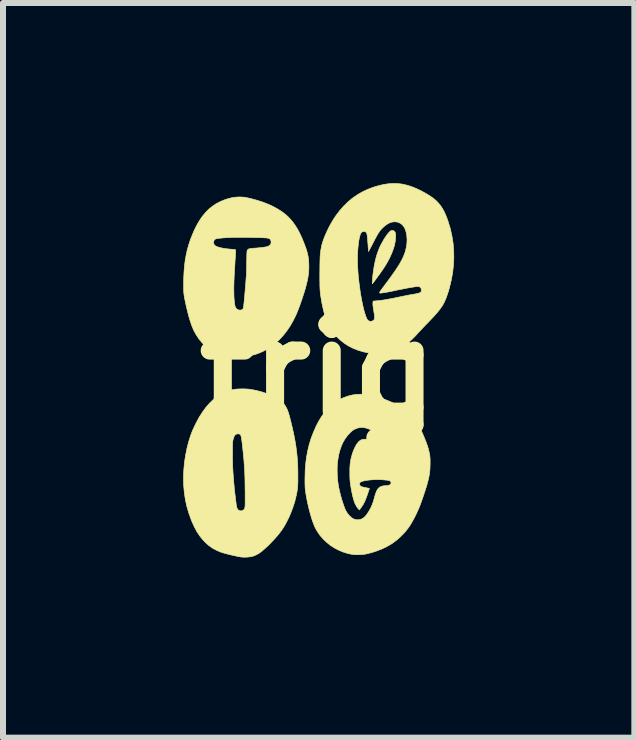
<source format=kicad_pcb>
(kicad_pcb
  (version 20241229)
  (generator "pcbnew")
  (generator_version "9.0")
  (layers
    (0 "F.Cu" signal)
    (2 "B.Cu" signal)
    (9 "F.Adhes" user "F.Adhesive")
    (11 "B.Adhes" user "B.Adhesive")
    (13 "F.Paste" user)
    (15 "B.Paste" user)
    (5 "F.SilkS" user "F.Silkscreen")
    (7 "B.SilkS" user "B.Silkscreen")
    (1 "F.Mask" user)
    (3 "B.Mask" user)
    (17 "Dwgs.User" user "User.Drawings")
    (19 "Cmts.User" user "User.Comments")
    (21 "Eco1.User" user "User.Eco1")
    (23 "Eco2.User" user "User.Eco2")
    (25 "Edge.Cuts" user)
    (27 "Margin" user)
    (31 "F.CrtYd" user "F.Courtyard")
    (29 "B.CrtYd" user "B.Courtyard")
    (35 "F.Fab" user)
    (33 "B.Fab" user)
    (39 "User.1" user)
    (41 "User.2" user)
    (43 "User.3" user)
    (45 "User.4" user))
  (footprint "trig"
    (layer "F.Cu")
    (at 2.257 3.115)
    (property "Reference" "trig" (at 0 0 0) (layer "F.SilkS") (effects (font (size 1.524 1.524) (thickness 0.3))))
    (attr through_hole)
    (fp_poly (pts (xy 1.241 -2.325) (xy 1.259 -2.316) (xy 1.264 -2.31) (xy 1.272 -2.299) (xy 1.278 -2.285) (xy 1.281 -2.267) (xy 1.282 -2.244) (xy 1.282 -2.215) (xy 1.281 -2.2) (xy 1.277 -2.157) (xy 1.27 -2.117) (xy 1.261 -2.075) (xy 1.248 -2.032) (xy 1.231 -1.984) (xy 1.22 -1.955) (xy 1.197 -1.903) (xy 1.173 -1.852) (xy 1.145 -1.8) (xy 1.114 -1.747) (xy 1.077 -1.69) (xy 1.06 -1.664) (xy 1.047 -1.647) (xy 1.032 -1.625) (xy 1.015 -1.601) (xy 0.996 -1.575) (xy 0.977 -1.549) (xy 0.958 -1.523) (xy 0.941 -1.499) (xy 0.925 -1.477) (xy 0.911 -1.46) (xy 0.901 -1.447) (xy 0.896 -1.44) (xy 0.894 -1.44) (xy 0.893 -1.446) (xy 0.893 -1.458) (xy 0.894 -1.477) (xy 0.894 -1.483) (xy 0.902 -1.578) (xy 0.914 -1.67) (xy 0.929 -1.758) (xy 0.947 -1.841) (xy 0.968 -1.919) (xy 0.993 -1.99) (xy 1.006 -2.023) (xy 1.024 -2.064) (xy 1.045 -2.104) (xy 1.067 -2.144) (xy 1.089 -2.183) (xy 1.112 -2.218) (xy 1.134 -2.25) (xy 1.156 -2.278) (xy 1.176 -2.3) (xy 1.193 -2.316) (xy 1.204 -2.323) (xy 1.222 -2.328) (xy 1.241 -2.325)) (stroke (width 0.01) (type solid)) (fill yes) (layer "F.SilkS"))
    (fp_poly (pts (xy -1.226 0.312) (xy -1.188 0.314) (xy -1.153 0.317) (xy -1.137 0.319) (xy -1.037 0.338) (xy -0.939 0.364) (xy -0.841 0.398) (xy -0.744 0.441) (xy -0.726 0.45) (xy -0.673 0.479) (xy -0.628 0.513) (xy -0.589 0.55) (xy -0.557 0.591) (xy -0.531 0.638) (xy -0.52 0.663) (xy -0.51 0.69) (xy -0.499 0.723) (xy -0.488 0.762) (xy -0.476 0.807) (xy -0.463 0.856) (xy -0.451 0.908) (xy -0.438 0.962) (xy -0.426 1.017) (xy -0.414 1.071) (xy -0.403 1.125) (xy -0.394 1.176) (xy -0.386 1.224) (xy -0.383 1.239) (xy -0.373 1.309) (xy -0.365 1.377) (xy -0.358 1.444) (xy -0.353 1.512) (xy -0.349 1.583) (xy -0.347 1.659) (xy -0.346 1.741) (xy -0.346 1.759) (xy -0.346 1.809) (xy -0.346 1.852) (xy -0.347 1.89) (xy -0.349 1.924) (xy -0.351 1.955) (xy -0.355 1.985) (xy -0.359 2.015) (xy -0.365 2.047) (xy -0.372 2.082) (xy -0.377 2.102) (xy -0.398 2.189) (xy -0.426 2.276) (xy -0.458 2.363) (xy -0.494 2.448) (xy -0.534 2.528) (xy -0.576 2.604) (xy -0.613 2.661) (xy -0.649 2.709) (xy -0.69 2.76) (xy -0.736 2.812) (xy -0.786 2.865) (xy -0.837 2.917) (xy -0.89 2.966) (xy -0.942 3.011) (xy -0.959 3.025) (xy -0.991 3.048) (xy -1.027 3.069) (xy -1.065 3.087) (xy -1.101 3.1) (xy -1.113 3.103) (xy -1.134 3.107) (xy -1.161 3.11) (xy -1.191 3.113) (xy -1.222 3.114) (xy -1.25 3.114) (xy -1.273 3.113) (xy -1.276 3.113) (xy -1.301 3.11) (xy -1.332 3.104) (xy -1.369 3.097) (xy -1.408 3.088) (xy -1.45 3.079) (xy -1.491 3.069) (xy -1.531 3.059) (xy -1.568 3.049) (xy -1.601 3.039) (xy -1.627 3.031) (xy -1.632 3.029) (xy -1.701 3) (xy -1.766 2.965) (xy -1.826 2.923) (xy -1.883 2.874) (xy -1.935 2.818) (xy -1.984 2.756) (xy -2.03 2.686) (xy -2.071 2.608) (xy -2.11 2.523) (xy -2.122 2.493) (xy -2.162 2.382) (xy -2.195 2.27) (xy -2.22 2.157) (xy -2.237 2.042) (xy -2.248 1.923) (xy -2.251 1.856) (xy -2.251 1.747) (xy -2.244 1.635) (xy -2.233 1.522) (xy -2.215 1.41) (xy -2.21 1.385) (xy -1.435 1.385) (xy -1.435 1.426) (xy -1.435 1.467) (xy -1.434 1.507) (xy -1.433 1.544) (xy -1.433 1.578) (xy -1.432 1.608) (xy -1.431 1.623) (xy -1.427 1.695) (xy -1.422 1.763) (xy -1.417 1.83) (xy -1.411 1.897) (xy -1.405 1.966) (xy -1.397 2.04) (xy -1.387 2.12) (xy -1.387 2.127) (xy -1.382 2.168) (xy -1.377 2.201) (xy -1.374 2.228) (xy -1.371 2.249) (xy -1.368 2.265) (xy -1.365 2.278) (xy -1.362 2.289) (xy -1.359 2.297) (xy -1.356 2.305) (xy -1.355 2.307) (xy -1.341 2.326) (xy -1.323 2.337) (xy -1.301 2.343) (xy -1.278 2.341) (xy -1.261 2.334) (xy -1.25 2.327) (xy -1.241 2.316) (xy -1.241 2.316) (xy -1.237 2.311) (xy -1.234 2.305) (xy -1.231 2.297) (xy -1.229 2.288) (xy -1.227 2.277) (xy -1.226 2.263) (xy -1.225 2.245) (xy -1.224 2.222) (xy -1.224 2.195) (xy -1.224 2.162) (xy -1.224 2.122) (xy -1.224 2.076) (xy -1.224 2.022) (xy -1.225 2.002) (xy -1.226 1.917) (xy -1.227 1.838) (xy -1.229 1.765) (xy -1.232 1.695) (xy -1.236 1.628) (xy -1.24 1.562) (xy -1.245 1.494) (xy -1.252 1.424) (xy -1.259 1.35) (xy -1.268 1.271) (xy -1.274 1.215) (xy -1.279 1.176) (xy -1.284 1.144) (xy -1.288 1.119) (xy -1.292 1.1) (xy -1.297 1.086) (xy -1.303 1.075) (xy -1.31 1.069) (xy -1.319 1.064) (xy -1.33 1.061) (xy -1.337 1.06) (xy -1.357 1.061) (xy -1.376 1.068) (xy -1.393 1.081) (xy -1.4 1.089) (xy -1.408 1.105) (xy -1.416 1.127) (xy -1.424 1.152) (xy -1.43 1.178) (xy -1.431 1.185) (xy -1.432 1.197) (xy -1.433 1.216) (xy -1.434 1.242) (xy -1.434 1.273) (xy -1.435 1.307) (xy -1.435 1.345) (xy -1.435 1.385) (xy -2.21 1.385) (xy -2.193 1.299) (xy -2.165 1.192) (xy -2.133 1.09) (xy -2.11 1.029) (xy -2.1 1.004) (xy -2.087 0.975) (xy -2.071 0.941) (xy -2.054 0.905) (xy -2.036 0.87) (xy -2.018 0.836) (xy -2.002 0.805) (xy -1.988 0.78) (xy -1.983 0.773) (xy -1.931 0.692) (xy -1.878 0.62) (xy -1.823 0.556) (xy -1.766 0.5) (xy -1.707 0.451) (xy -1.646 0.41) (xy -1.582 0.375) (xy -1.515 0.348) (xy -1.445 0.328) (xy -1.403 0.319) (xy -1.377 0.316) (xy -1.343 0.313) (xy -1.306 0.312) (xy -1.266 0.311) (xy -1.226 0.312)) (stroke (width 0.01) (type solid)) (fill yes) (layer "F.SilkS"))
    (fp_poly (pts (xy -1.293 -2.884) (xy -1.271 -2.883) (xy -1.249 -2.882) (xy -1.227 -2.879) (xy -1.202 -2.874) (xy -1.173 -2.868) (xy -1.138 -2.86) (xy -1.126 -2.857) (xy -1.023 -2.829) (xy -0.927 -2.798) (xy -0.838 -2.763) (xy -0.754 -2.724) (xy -0.677 -2.681) (xy -0.614 -2.641) (xy -0.561 -2.601) (xy -0.512 -2.558) (xy -0.467 -2.511) (xy -0.425 -2.46) (xy -0.385 -2.403) (xy -0.347 -2.341) (xy -0.311 -2.271) (xy -0.276 -2.195) (xy -0.257 -2.148) (xy -0.234 -2.09) (xy -0.214 -2.037) (xy -0.199 -1.989) (xy -0.186 -1.944) (xy -0.177 -1.901) (xy -0.17 -1.859) (xy -0.166 -1.816) (xy -0.164 -1.77) (xy -0.163 -1.731) (xy -0.164 -1.689) (xy -0.165 -1.651) (xy -0.168 -1.616) (xy -0.173 -1.58) (xy -0.179 -1.542) (xy -0.186 -1.503) (xy -0.196 -1.461) (xy -0.208 -1.413) (xy -0.222 -1.36) (xy -0.239 -1.304) (xy -0.258 -1.245) (xy -0.277 -1.185) (xy -0.298 -1.126) (xy -0.318 -1.068) (xy -0.339 -1.014) (xy -0.359 -0.964) (xy -0.374 -0.927) (xy -0.422 -0.829) (xy -0.474 -0.737) (xy -0.532 -0.652) (xy -0.594 -0.574) (xy -0.66 -0.503) (xy -0.732 -0.439) (xy -0.807 -0.382) (xy -0.824 -0.371) (xy -0.897 -0.328) (xy -0.974 -0.292) (xy -1.055 -0.262) (xy -1.138 -0.24) (xy -1.189 -0.23) (xy -1.205 -0.228) (xy -1.227 -0.227) (xy -1.255 -0.225) (xy -1.286 -0.224) (xy -1.318 -0.223) (xy -1.351 -0.222) (xy -1.382 -0.221) (xy -1.41 -0.221) (xy -1.433 -0.222) (xy -1.449 -0.223) (xy -1.45 -0.223) (xy -1.534 -0.235) (xy -1.614 -0.254) (xy -1.689 -0.281) (xy -1.759 -0.314) (xy -1.824 -0.354) (xy -1.884 -0.401) (xy -1.94 -0.455) (xy -1.991 -0.516) (xy -2.037 -0.585) (xy -2.077 -0.656) (xy -2.098 -0.704) (xy -2.12 -0.76) (xy -2.141 -0.824) (xy -2.163 -0.897) (xy -2.184 -0.978) (xy -2.205 -1.067) (xy -2.218 -1.124) (xy -2.226 -1.166) (xy -2.234 -1.202) (xy -2.239 -1.233) (xy -2.243 -1.262) (xy -2.246 -1.29) (xy -2.248 -1.318) (xy -2.249 -1.35) (xy -2.249 -1.385) (xy -2.249 -1.428) (xy -2.249 -1.433) (xy -2.247 -1.543) (xy -2.242 -1.646) (xy -2.234 -1.743) (xy -2.222 -1.835) (xy -2.206 -1.923) (xy -2.187 -2.009) (xy -2.163 -2.092) (xy -2.148 -2.137) (xy -1.75 -2.137) (xy -1.749 -2.116) (xy -1.743 -2.097) (xy -1.733 -2.082) (xy -1.715 -2.068) (xy -1.689 -2.056) (xy -1.655 -2.045) (xy -1.613 -2.035) (xy -1.563 -2.026) (xy -1.505 -2.019) (xy -1.438 -2.013) (xy -1.43 -2.013) (xy -1.412 -2.011) (xy -1.397 -2.009) (xy -1.387 -2.008) (xy -1.385 -2.007) (xy -1.384 -2.003) (xy -1.383 -1.992) (xy -1.384 -1.975) (xy -1.384 -1.95) (xy -1.386 -1.918) (xy -1.388 -1.878) (xy -1.391 -1.843) (xy -1.395 -1.769) (xy -1.399 -1.702) (xy -1.403 -1.641) (xy -1.406 -1.587) (xy -1.408 -1.539) (xy -1.41 -1.495) (xy -1.411 -1.456) (xy -1.412 -1.419) (xy -1.413 -1.386) (xy -1.413 -1.354) (xy -1.413 -1.323) (xy -1.412 -1.292) (xy -1.412 -1.291) (xy -1.411 -1.233) (xy -1.408 -1.182) (xy -1.404 -1.139) (xy -1.4 -1.103) (xy -1.394 -1.074) (xy -1.391 -1.061) (xy -1.38 -1.038) (xy -1.363 -1.019) (xy -1.341 -1.006) (xy -1.339 -1.005) (xy -1.321 -1.001) (xy -1.3 -1.001) (xy -1.282 -1.005) (xy -1.271 -1.01) (xy -1.262 -1.02) (xy -1.255 -1.033) (xy -1.254 -1.035) (xy -1.252 -1.046) (xy -1.25 -1.064) (xy -1.247 -1.09) (xy -1.243 -1.123) (xy -1.239 -1.163) (xy -1.235 -1.209) (xy -1.23 -1.262) (xy -1.225 -1.32) (xy -1.22 -1.383) (xy -1.214 -1.451) (xy -1.209 -1.524) (xy -1.204 -1.581) (xy -1.203 -1.594) (xy -1.203 -1.613) (xy -1.202 -1.64) (xy -1.201 -1.671) (xy -1.2 -1.706) (xy -1.2 -1.744) (xy -1.199 -1.784) (xy -1.199 -1.801) (xy -1.198 -1.846) (xy -1.197 -1.883) (xy -1.197 -1.913) (xy -1.196 -1.936) (xy -1.195 -1.955) (xy -1.194 -1.969) (xy -1.193 -1.98) (xy -1.192 -1.987) (xy -1.19 -1.993) (xy -1.188 -1.997) (xy -1.188 -1.997) (xy -1.182 -2.007) (xy -1.173 -2.014) (xy -1.162 -2.02) (xy -1.146 -2.024) (xy -1.124 -2.027) (xy -1.096 -2.03) (xy -1.073 -2.032) (xy -1.037 -2.034) (xy -1 -2.038) (xy -0.964 -2.041) (xy -0.93 -2.046) (xy -0.9 -2.05) (xy -0.874 -2.054) (xy -0.855 -2.059) (xy -0.852 -2.06) (xy -0.827 -2.071) (xy -0.808 -2.086) (xy -0.796 -2.107) (xy -0.792 -2.131) (xy -0.792 -2.134) (xy -0.794 -2.152) (xy -0.802 -2.17) (xy -0.813 -2.185) (xy -0.821 -2.191) (xy -0.827 -2.193) (xy -0.834 -2.196) (xy -0.843 -2.198) (xy -0.854 -2.2) (xy -0.867 -2.202) (xy -0.885 -2.203) (xy -0.906 -2.204) (xy -0.933 -2.206) (xy -0.965 -2.207) (xy -1.004 -2.208) (xy -1.049 -2.209) (xy -1.102 -2.21) (xy -1.111 -2.21) (xy -1.187 -2.212) (xy -1.254 -2.212) (xy -1.316 -2.213) (xy -1.372 -2.212) (xy -1.423 -2.212) (xy -1.472 -2.21) (xy -1.517 -2.208) (xy -1.561 -2.205) (xy -1.605 -2.202) (xy -1.631 -2.199) (xy -1.662 -2.196) (xy -1.685 -2.193) (xy -1.703 -2.189) (xy -1.716 -2.185) (xy -1.726 -2.179) (xy -1.734 -2.172) (xy -1.745 -2.157) (xy -1.75 -2.137) (xy -2.148 -2.137) (xy -2.136 -2.175) (xy -2.103 -2.257) (xy -2.068 -2.339) (xy -2.026 -2.422) (xy -1.981 -2.498) (xy -1.934 -2.566) (xy -1.883 -2.627) (xy -1.829 -2.682) (xy -1.771 -2.729) (xy -1.709 -2.771) (xy -1.642 -2.806) (xy -1.57 -2.836) (xy -1.565 -2.838) (xy -1.5 -2.859) (xy -1.437 -2.874) (xy -1.376 -2.882) (xy -1.319 -2.885) (xy -1.293 -2.884)) (stroke (width 0.01) (type solid)) (fill yes) (layer "F.SilkS"))
    (fp_poly (pts (xy 1.313 -3.108) (xy 1.386 -3.1) (xy 1.459 -3.084) (xy 1.53 -3.063) (xy 1.584 -3.043) (xy 1.642 -3.018) (xy 1.703 -2.989) (xy 1.763 -2.956) (xy 1.822 -2.922) (xy 1.867 -2.893) (xy 1.914 -2.859) (xy 1.957 -2.823) (xy 1.995 -2.783) (xy 2.03 -2.74) (xy 2.062 -2.692) (xy 2.091 -2.639) (xy 2.118 -2.579) (xy 2.144 -2.512) (xy 2.158 -2.47) (xy 2.194 -2.351) (xy 2.22 -2.232) (xy 2.239 -2.112) (xy 2.249 -1.992) (xy 2.251 -1.87) (xy 2.245 -1.747) (xy 2.231 -1.623) (xy 2.208 -1.498) (xy 2.177 -1.371) (xy 2.161 -1.314) (xy 2.145 -1.266) (xy 2.13 -1.222) (xy 2.114 -1.181) (xy 2.097 -1.142) (xy 2.078 -1.105) (xy 2.057 -1.069) (xy 2.032 -1.034) (xy 2.005 -0.997) (xy 1.973 -0.958) (xy 1.937 -0.917) (xy 1.896 -0.872) (xy 1.849 -0.823) (xy 1.829 -0.802) (xy 1.801 -0.773) (xy 1.769 -0.741) (xy 1.737 -0.707) (xy 1.706 -0.673) (xy 1.677 -0.642) (xy 1.658 -0.622) (xy 1.602 -0.561) (xy 1.548 -0.508) (xy 1.496 -0.461) (xy 1.446 -0.42) (xy 1.396 -0.385) (xy 1.345 -0.354) (xy 1.294 -0.327) (xy 1.241 -0.305) (xy 1.237 -0.303) (xy 1.205 -0.291) (xy 1.173 -0.283) (xy 1.141 -0.277) (xy 1.106 -0.273) (xy 1.067 -0.272) (xy 1.034 -0.272) (xy 1.008 -0.272) (xy 0.983 -0.272) (xy 0.961 -0.273) (xy 0.945 -0.273) (xy 0.936 -0.274) (xy 0.907 -0.277) (xy 0.872 -0.281) (xy 0.836 -0.287) (xy 0.799 -0.294) (xy 0.765 -0.301) (xy 0.74 -0.307) (xy 0.652 -0.333) (xy 0.57 -0.366) (xy 0.494 -0.405) (xy 0.423 -0.451) (xy 0.358 -0.503) (xy 0.298 -0.56) (xy 0.26 -0.605) (xy 0.223 -0.654) (xy 0.191 -0.706) (xy 0.161 -0.762) (xy 0.135 -0.822) (xy 0.111 -0.888) (xy 0.09 -0.959) (xy 0.071 -1.037) (xy 0.053 -1.123) (xy 0.047 -1.161) (xy 0.041 -1.195) (xy 0.036 -1.225) (xy 0.032 -1.252) (xy 0.029 -1.278) (xy 0.026 -1.304) (xy 0.024 -1.33) (xy 0.022 -1.357) (xy 0.021 -1.387) (xy 0.02 -1.42) (xy 0.02 -1.458) (xy 0.019 -1.502) (xy 0.019 -1.552) (xy 0.019 -1.607) (xy 0.02 -1.672) (xy 0.02 -1.73) (xy 0.021 -1.781) (xy 0.022 -1.825) (xy 0.646 -1.825) (xy 0.647 -1.765) (xy 0.648 -1.744) (xy 0.652 -1.674) (xy 0.657 -1.6) (xy 0.664 -1.526) (xy 0.673 -1.45) (xy 0.683 -1.375) (xy 0.693 -1.301) (xy 0.705 -1.229) (xy 0.718 -1.16) (xy 0.731 -1.095) (xy 0.745 -1.034) (xy 0.759 -0.979) (xy 0.774 -0.931) (xy 0.788 -0.89) (xy 0.79 -0.885) (xy 0.799 -0.863) (xy 0.808 -0.847) (xy 0.816 -0.836) (xy 0.826 -0.827) (xy 0.834 -0.822) (xy 0.851 -0.814) (xy 0.87 -0.813) (xy 0.889 -0.818) (xy 0.904 -0.824) (xy 0.916 -0.832) (xy 0.924 -0.844) (xy 0.929 -0.861) (xy 0.931 -0.882) (xy 0.929 -0.909) (xy 0.925 -0.942) (xy 0.919 -0.976) (xy 0.913 -1.016) (xy 0.908 -1.049) (xy 0.904 -1.076) (xy 0.903 -1.098) (xy 0.903 -1.116) (xy 0.904 -1.13) (xy 0.907 -1.151) (xy 0.939 -1.153) (xy 0.981 -1.157) (xy 1.021 -1.161) (xy 1.061 -1.166) (xy 1.102 -1.172) (xy 1.146 -1.18) (xy 1.194 -1.189) (xy 1.249 -1.199) (xy 1.285 -1.207) (xy 1.334 -1.217) (xy 1.376 -1.226) (xy 1.411 -1.233) (xy 1.442 -1.239) (xy 1.468 -1.245) (xy 1.49 -1.249) (xy 1.511 -1.253) (xy 1.53 -1.256) (xy 1.549 -1.26) (xy 1.569 -1.263) (xy 1.586 -1.266) (xy 1.622 -1.272) (xy 1.651 -1.279) (xy 1.673 -1.285) (xy 1.689 -1.292) (xy 1.7 -1.3) (xy 1.706 -1.31) (xy 1.71 -1.322) (xy 1.71 -1.333) (xy 1.707 -1.357) (xy 1.699 -1.375) (xy 1.684 -1.386) (xy 1.663 -1.393) (xy 1.643 -1.394) (xy 1.63 -1.393) (xy 1.611 -1.39) (xy 1.585 -1.386) (xy 1.554 -1.381) (xy 1.518 -1.375) (xy 1.479 -1.368) (xy 1.437 -1.36) (xy 1.394 -1.351) (xy 1.35 -1.343) (xy 1.307 -1.334) (xy 1.266 -1.325) (xy 1.209 -1.313) (xy 1.158 -1.303) (xy 1.113 -1.295) (xy 1.075 -1.289) (xy 1.044 -1.285) (xy 1.042 -1.285) (xy 1.028 -1.284) (xy 1.02 -1.284) (xy 1.017 -1.287) (xy 1.016 -1.291) (xy 1.016 -1.292) (xy 1.016 -1.295) (xy 1.016 -1.298) (xy 1.018 -1.301) (xy 1.02 -1.306) (xy 1.024 -1.312) (xy 1.03 -1.321) (xy 1.039 -1.334) (xy 1.05 -1.35) (xy 1.066 -1.37) (xy 1.085 -1.396) (xy 1.108 -1.427) (xy 1.124 -1.448) (xy 1.173 -1.514) (xy 1.217 -1.575) (xy 1.256 -1.63) (xy 1.291 -1.681) (xy 1.321 -1.727) (xy 1.348 -1.77) (xy 1.371 -1.811) (xy 1.391 -1.849) (xy 1.408 -1.885) (xy 1.423 -1.92) (xy 1.436 -1.955) (xy 1.446 -1.988) (xy 1.461 -2.052) (xy 1.47 -2.117) (xy 1.472 -2.181) (xy 1.467 -2.243) (xy 1.456 -2.302) (xy 1.453 -2.311) (xy 1.438 -2.355) (xy 1.417 -2.392) (xy 1.392 -2.422) (xy 1.362 -2.445) (xy 1.329 -2.461) (xy 1.293 -2.47) (xy 1.255 -2.471) (xy 1.219 -2.466) (xy 1.184 -2.455) (xy 1.149 -2.437) (xy 1.113 -2.412) (xy 1.09 -2.393) (xy 1.071 -2.375) (xy 1.053 -2.358) (xy 1.036 -2.34) (xy 1.02 -2.32) (xy 1.005 -2.298) (xy 0.988 -2.273) (xy 0.971 -2.243) (xy 0.952 -2.209) (xy 0.931 -2.169) (xy 0.907 -2.122) (xy 0.901 -2.11) (xy 0.885 -2.079) (xy 0.87 -2.051) (xy 0.857 -2.026) (xy 0.846 -2.005) (xy 0.838 -1.99) (xy 0.832 -1.98) (xy 0.83 -1.977) (xy 0.83 -1.978) (xy 0.83 -1.983) (xy 0.829 -1.997) (xy 0.827 -2.016) (xy 0.825 -2.041) (xy 0.823 -2.07) (xy 0.821 -2.102) (xy 0.819 -2.123) (xy 0.816 -2.166) (xy 0.813 -2.2) (xy 0.81 -2.228) (xy 0.807 -2.25) (xy 0.804 -2.267) (xy 0.8 -2.279) (xy 0.796 -2.289) (xy 0.791 -2.295) (xy 0.785 -2.3) (xy 0.778 -2.304) (xy 0.777 -2.305) (xy 0.756 -2.31) (xy 0.736 -2.308) (xy 0.718 -2.299) (xy 0.712 -2.294) (xy 0.702 -2.279) (xy 0.692 -2.256) (xy 0.683 -2.227) (xy 0.675 -2.191) (xy 0.667 -2.149) (xy 0.661 -2.103) (xy 0.656 -2.053) (xy 0.651 -1.999) (xy 0.648 -1.943) (xy 0.647 -1.884) (xy 0.646 -1.825) (xy 0.022 -1.825) (xy 0.022 -1.826) (xy 0.023 -1.866) (xy 0.025 -1.902) (xy 0.028 -1.934) (xy 0.031 -1.963) (xy 0.034 -1.991) (xy 0.039 -2.017) (xy 0.044 -2.044) (xy 0.049 -2.071) (xy 0.051 -2.079) (xy 0.064 -2.126) (xy 0.082 -2.179) (xy 0.104 -2.235) (xy 0.13 -2.294) (xy 0.158 -2.354) (xy 0.189 -2.414) (xy 0.222 -2.472) (xy 0.256 -2.527) (xy 0.285 -2.571) (xy 0.349 -2.656) (xy 0.418 -2.734) (xy 0.49 -2.805) (xy 0.567 -2.868) (xy 0.648 -2.924) (xy 0.734 -2.973) (xy 0.825 -3.015) (xy 0.921 -3.051) (xy 1.005 -3.075) (xy 1.087 -3.094) (xy 1.165 -3.105) (xy 1.24 -3.11) (xy 1.313 -3.108)) (stroke (width 0.01) (type solid)) (fill yes) (layer "F.SilkS"))
    (fp_poly (pts (xy 0.764 0.403) (xy 0.819 0.408) (xy 0.873 0.416) (xy 0.928 0.429) (xy 0.988 0.447) (xy 1.015 0.455) (xy 1.102 0.487) (xy 1.184 0.52) (xy 1.26 0.555) (xy 1.329 0.592) (xy 1.392 0.63) (xy 1.447 0.669) (xy 1.462 0.681) (xy 1.483 0.699) (xy 1.506 0.721) (xy 1.53 0.745) (xy 1.554 0.77) (xy 1.575 0.793) (xy 1.591 0.813) (xy 1.593 0.816) (xy 1.628 0.865) (xy 1.661 0.919) (xy 1.694 0.98) (xy 1.727 1.047) (xy 1.759 1.122) (xy 1.792 1.205) (xy 1.794 1.211) (xy 1.812 1.261) (xy 1.826 1.306) (xy 1.837 1.352) (xy 1.847 1.399) (xy 1.85 1.417) (xy 1.852 1.434) (xy 1.854 1.452) (xy 1.855 1.472) (xy 1.856 1.495) (xy 1.856 1.525) (xy 1.856 1.552) (xy 1.855 1.604) (xy 1.853 1.652) (xy 1.849 1.698) (xy 1.842 1.743) (xy 1.833 1.791) (xy 1.821 1.842) (xy 1.806 1.898) (xy 1.803 1.909) (xy 1.795 1.937) (xy 1.784 1.97) (xy 1.772 2.009) (xy 1.758 2.05) (xy 1.744 2.093) (xy 1.729 2.136) (xy 1.715 2.177) (xy 1.701 2.215) (xy 1.689 2.247) (xy 1.682 2.267) (xy 1.658 2.323) (xy 1.632 2.381) (xy 1.604 2.438) (xy 1.575 2.493) (xy 1.545 2.546) (xy 1.516 2.593) (xy 1.488 2.633) (xy 1.488 2.633) (xy 1.435 2.7) (xy 1.374 2.763) (xy 1.309 2.822) (xy 1.24 2.874) (xy 1.199 2.901) (xy 1.127 2.942) (xy 1.048 2.979) (xy 0.966 3.011) (xy 0.883 3.038) (xy 0.799 3.059) (xy 0.764 3.065) (xy 0.736 3.069) (xy 0.703 3.071) (xy 0.667 3.073) (xy 0.632 3.073) (xy 0.598 3.072) (xy 0.57 3.069) (xy 0.565 3.069) (xy 0.486 3.053) (xy 0.409 3.029) (xy 0.334 2.998) (xy 0.263 2.961) (xy 0.195 2.917) (xy 0.133 2.867) (xy 0.075 2.812) (xy 0.023 2.752) (xy -0.022 2.687) (xy -0.057 2.626) (xy -0.073 2.589) (xy -0.09 2.546) (xy -0.108 2.496) (xy -0.125 2.441) (xy -0.142 2.382) (xy -0.158 2.321) (xy -0.173 2.258) (xy -0.188 2.194) (xy -0.2 2.131) (xy -0.211 2.069) (xy -0.22 2.011) (xy -0.225 1.966) (xy -0.226 1.947) (xy -0.227 1.92) (xy -0.228 1.888) (xy -0.228 1.852) (xy -0.228 1.812) (xy -0.227 1.771) (xy -0.226 1.729) (xy -0.225 1.689) (xy -0.224 1.655) (xy 0.308 1.655) (xy 0.309 1.718) (xy 0.312 1.782) (xy 0.318 1.845) (xy 0.326 1.904) (xy 0.33 1.933) (xy 0.339 1.975) (xy 0.349 2.021) (xy 0.361 2.068) (xy 0.374 2.117) (xy 0.388 2.165) (xy 0.403 2.211) (xy 0.417 2.253) (xy 0.431 2.291) (xy 0.444 2.323) (xy 0.454 2.343) (xy 0.471 2.371) (xy 0.492 2.401) (xy 0.517 2.428) (xy 0.542 2.451) (xy 0.564 2.468) (xy 0.598 2.483) (xy 0.632 2.491) (xy 0.668 2.491) (xy 0.702 2.483) (xy 0.717 2.477) (xy 0.745 2.461) (xy 0.772 2.438) (xy 0.797 2.408) (xy 0.814 2.384) (xy 0.846 2.333) (xy 0.871 2.286) (xy 0.892 2.238) (xy 0.91 2.188) (xy 0.926 2.132) (xy 0.927 2.128) (xy 0.94 2.08) (xy 0.954 2.039) (xy 0.968 2.006) (xy 0.984 1.979) (xy 1.003 1.959) (xy 1.024 1.944) (xy 1.049 1.933) (xy 1.077 1.926) (xy 1.11 1.923) (xy 1.113 1.923) (xy 1.143 1.921) (xy 1.165 1.917) (xy 1.181 1.911) (xy 1.193 1.903) (xy 1.201 1.894) (xy 1.205 1.884) (xy 1.205 1.872) (xy 1.204 1.868) (xy 1.201 1.859) (xy 1.196 1.851) (xy 1.19 1.845) (xy 1.179 1.84) (xy 1.165 1.836) (xy 1.146 1.833) (xy 1.121 1.83) (xy 1.089 1.827) (xy 1.05 1.824) (xy 1.049 1.824) (xy 1.007 1.822) (xy 0.964 1.822) (xy 0.921 1.823) (xy 0.878 1.826) (xy 0.837 1.83) (xy 0.799 1.835) (xy 0.765 1.841) (xy 0.736 1.848) (xy 0.712 1.856) (xy 0.696 1.864) (xy 0.69 1.869) (xy 0.682 1.883) (xy 0.68 1.9) (xy 0.686 1.916) (xy 0.697 1.93) (xy 0.708 1.937) (xy 0.716 1.94) (xy 0.732 1.945) (xy 0.752 1.949) (xy 0.774 1.954) (xy 0.782 1.956) (xy 0.803 1.96) (xy 0.822 1.964) (xy 0.836 1.967) (xy 0.844 1.969) (xy 0.845 1.969) (xy 0.844 1.974) (xy 0.84 1.984) (xy 0.835 2.001) (xy 0.828 2.021) (xy 0.821 2.044) (xy 0.812 2.068) (xy 0.804 2.093) (xy 0.795 2.116) (xy 0.788 2.136) (xy 0.781 2.153) (xy 0.78 2.158) (xy 0.762 2.197) (xy 0.741 2.237) (xy 0.717 2.274) (xy 0.693 2.307) (xy 0.688 2.313) (xy 0.678 2.326) (xy 0.667 2.315) (xy 0.654 2.302) (xy 0.64 2.283) (xy 0.626 2.26) (xy 0.613 2.236) (xy 0.602 2.214) (xy 0.601 2.211) (xy 0.591 2.184) (xy 0.581 2.15) (xy 0.57 2.11) (xy 0.56 2.066) (xy 0.55 2.019) (xy 0.541 1.971) (xy 0.533 1.922) (xy 0.528 1.89) (xy 0.525 1.865) (xy 0.523 1.841) (xy 0.521 1.816) (xy 0.52 1.789) (xy 0.519 1.757) (xy 0.519 1.719) (xy 0.519 1.71) (xy 0.519 1.669) (xy 0.519 1.634) (xy 0.521 1.605) (xy 0.523 1.578) (xy 0.525 1.552) (xy 0.529 1.526) (xy 0.534 1.497) (xy 0.538 1.477) (xy 0.549 1.433) (xy 0.562 1.389) (xy 0.577 1.345) (xy 0.595 1.304) (xy 0.614 1.266) (xy 0.633 1.233) (xy 0.653 1.206) (xy 0.672 1.185) (xy 0.676 1.182) (xy 0.697 1.167) (xy 0.716 1.157) (xy 0.735 1.152) (xy 0.758 1.15) (xy 0.77 1.149) (xy 0.793 1.15) (xy 0.813 1.153) (xy 0.831 1.158) (xy 0.849 1.167) (xy 0.869 1.18) (xy 0.891 1.197) (xy 0.916 1.22) (xy 0.94 1.243) (xy 0.958 1.26) (xy 0.971 1.272) (xy 0.981 1.28) (xy 0.988 1.285) (xy 0.995 1.286) (xy 1.001 1.287) (xy 1.013 1.285) (xy 1.024 1.279) (xy 1.031 1.273) (xy 1.04 1.262) (xy 1.045 1.252) (xy 1.046 1.239) (xy 1.046 1.237) (xy 1.042 1.207) (xy 1.033 1.173) (xy 1.019 1.139) (xy 1.001 1.106) (xy 0.98 1.077) (xy 0.976 1.072) (xy 0.941 1.039) (xy 0.9 1.011) (xy 0.855 0.987) (xy 0.808 0.969) (xy 0.759 0.957) (xy 0.732 0.954) (xy 0.69 0.955) (xy 0.647 0.964) (xy 0.603 0.982) (xy 0.6 0.983) (xy 0.585 0.991) (xy 0.571 1) (xy 0.557 1.011) (xy 0.541 1.025) (xy 0.522 1.043) (xy 0.518 1.047) (xy 0.475 1.095) (xy 0.437 1.147) (xy 0.404 1.204) (xy 0.377 1.265) (xy 0.354 1.332) (xy 0.335 1.404) (xy 0.321 1.484) (xy 0.313 1.543) (xy 0.309 1.596) (xy 0.308 1.655) (xy -0.224 1.655) (xy -0.223 1.651) (xy -0.222 1.616) (xy -0.219 1.587) (xy -0.218 1.575) (xy -0.204 1.459) (xy -0.184 1.349) (xy -0.159 1.244) (xy -0.128 1.141) (xy -0.09 1.041) (xy -0.046 0.941) (xy -0.042 0.931) (xy 0.003 0.846) (xy 0.05 0.769) (xy 0.101 0.699) (xy 0.155 0.636) (xy 0.213 0.582) (xy 0.274 0.534) (xy 0.339 0.493) (xy 0.409 0.46) (xy 0.482 0.433) (xy 0.519 0.423) (xy 0.553 0.415) (xy 0.585 0.409) (xy 0.615 0.404) (xy 0.646 0.402) (xy 0.682 0.401) (xy 0.707 0.401) (xy 0.764 0.403)) (stroke (width 0.01) (type solid)) (fill yes) (layer "F.SilkS")))
  (gr_rect
    (start -3 -3)
    (end 7.514 9.235)
    (stroke (width 0.1) (type default))
    (fill no)
    (layer "Edge.Cuts")))
</source>
